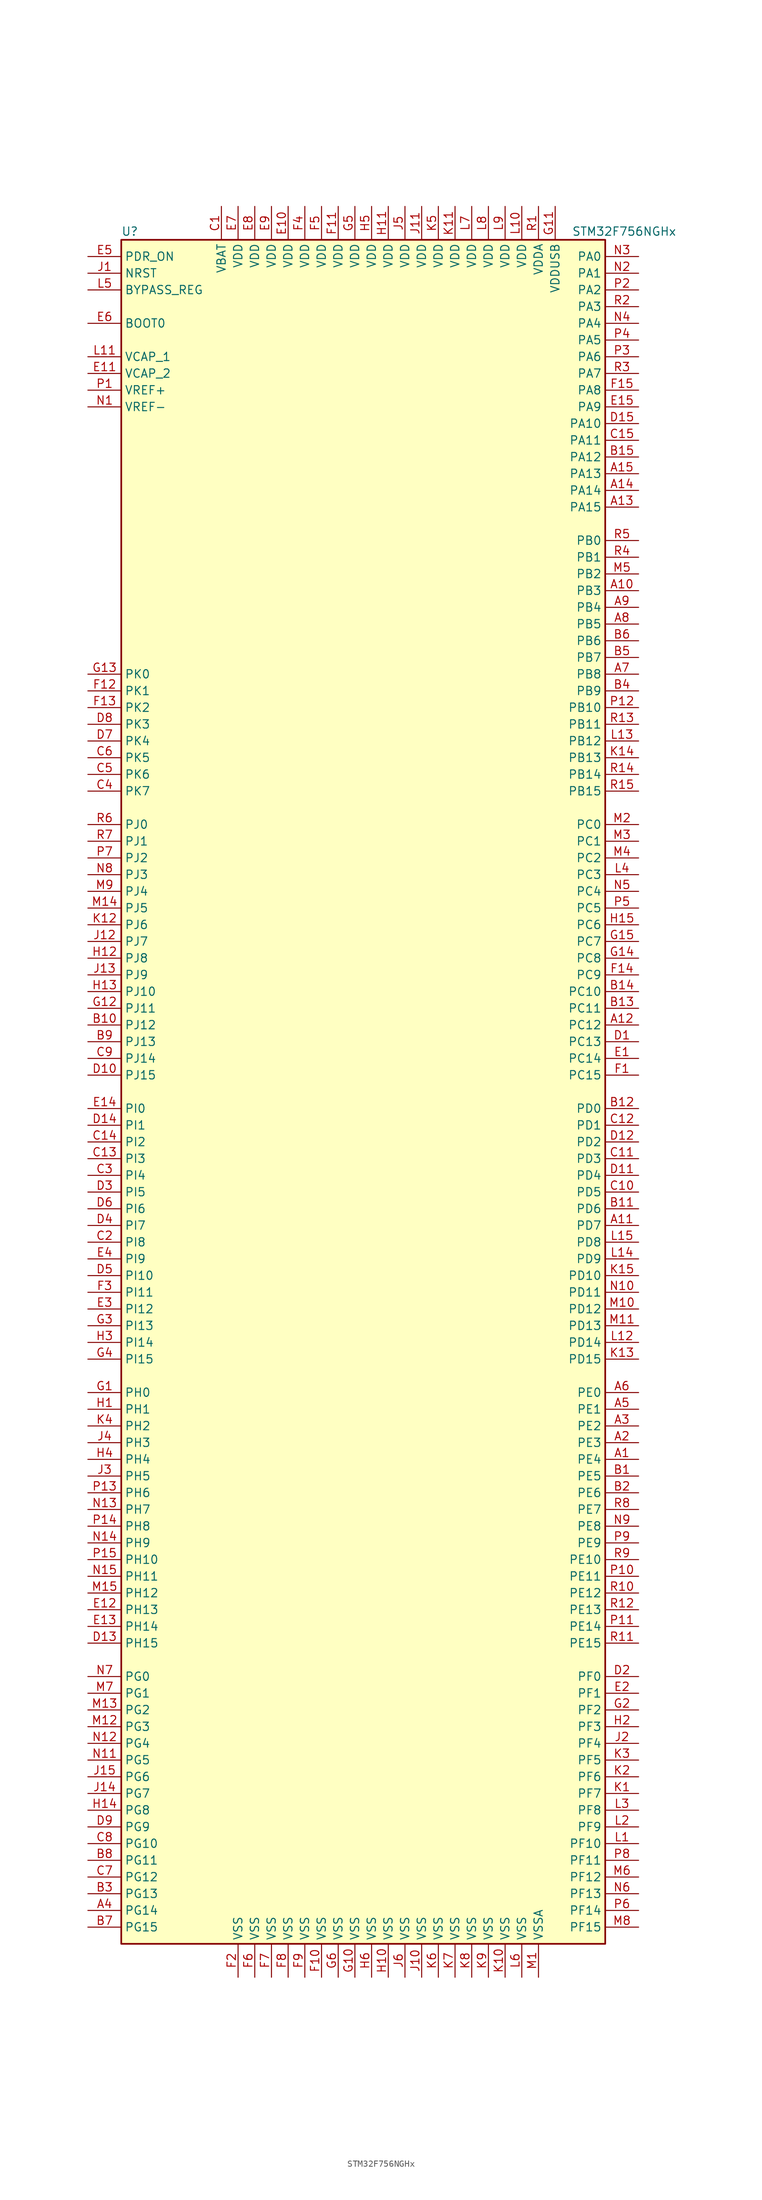
<source format=kicad_sym>
(kicad_symbol_lib
  (version 20201005)
  (generator kicad_symbol_editor)
  (symbol "STM32F756NGHx"
    (property "Reference" "U"
      (at -38.1 130.81 0)
      (effects (font (size 1.27 1.27)) (justify left)))
    (property "Value" "STM32F756NGHx"
      (at 30.48 130.81 0)
      (effects (font (size 1.27 1.27)) (justify left)))
    (symbol "STM32F756NGHx_0_1"
      (rectangle (start -38.1 -129.54) (end 35.56 129.54) (stroke (width 0.254)) (fill (type background))))
    (symbol "STM32F756NGHx_1_1"
      (pin bidirectional line (at 40.64 -55.88 180) (length 5.08) (name "PE4" (effects (font (size 1.27 1.27)))) (number "A1" (effects (font (size 1.27 1.27)))))
      (pin bidirectional line (at 40.64 76.2 180) (length 5.08) (name "PB3" (effects (font (size 1.27 1.27)))) (number "A10" (effects (font (size 1.27 1.27)))))
      (pin bidirectional line (at 40.64 -20.32 180) (length 5.08) (name "PD7" (effects (font (size 1.27 1.27)))) (number "A11" (effects (font (size 1.27 1.27)))))
      (pin bidirectional line (at 40.64 10.16 180) (length 5.08) (name "PC12" (effects (font (size 1.27 1.27)))) (number "A12" (effects (font (size 1.27 1.27)))))
      (pin bidirectional line (at 40.64 88.9 180) (length 5.08) (name "PA15" (effects (font (size 1.27 1.27)))) (number "A13" (effects (font (size 1.27 1.27)))))
      (pin bidirectional line (at 40.64 91.44 180) (length 5.08) (name "PA14" (effects (font (size 1.27 1.27)))) (number "A14" (effects (font (size 1.27 1.27)))))
      (pin bidirectional line (at 40.64 93.98 180) (length 5.08) (name "PA13" (effects (font (size 1.27 1.27)))) (number "A15" (effects (font (size 1.27 1.27)))))
      (pin bidirectional line (at 40.64 -53.34 180) (length 5.08) (name "PE3" (effects (font (size 1.27 1.27)))) (number "A2" (effects (font (size 1.27 1.27)))))
      (pin bidirectional line (at 40.64 -50.8 180) (length 5.08) (name "PE2" (effects (font (size 1.27 1.27)))) (number "A3" (effects (font (size 1.27 1.27)))))
      (pin bidirectional line (at -43.18 -124.46 0) (length 5.08) (name "PG14" (effects (font (size 1.27 1.27)))) (number "A4" (effects (font (size 1.27 1.27)))))
      (pin bidirectional line (at 40.64 -48.26 180) (length 5.08) (name "PE1" (effects (font (size 1.27 1.27)))) (number "A5" (effects (font (size 1.27 1.27)))))
      (pin bidirectional line (at 40.64 -45.72 180) (length 5.08) (name "PE0" (effects (font (size 1.27 1.27)))) (number "A6" (effects (font (size 1.27 1.27)))))
      (pin bidirectional line (at 40.64 63.5 180) (length 5.08) (name "PB8" (effects (font (size 1.27 1.27)))) (number "A7" (effects (font (size 1.27 1.27)))))
      (pin bidirectional line (at 40.64 71.12 180) (length 5.08) (name "PB5" (effects (font (size 1.27 1.27)))) (number "A8" (effects (font (size 1.27 1.27)))))
      (pin bidirectional line (at 40.64 73.66 180) (length 5.08) (name "PB4" (effects (font (size 1.27 1.27)))) (number "A9" (effects (font (size 1.27 1.27)))))
      (pin bidirectional line (at 40.64 -58.42 180) (length 5.08) (name "PE5" (effects (font (size 1.27 1.27)))) (number "B1" (effects (font (size 1.27 1.27)))))
      (pin bidirectional line (at -43.18 10.16 0) (length 5.08) (name "PJ12" (effects (font (size 1.27 1.27)))) (number "B10" (effects (font (size 1.27 1.27)))))
      (pin bidirectional line (at 40.64 -17.78 180) (length 5.08) (name "PD6" (effects (font (size 1.27 1.27)))) (number "B11" (effects (font (size 1.27 1.27)))))
      (pin bidirectional line (at 40.64 -2.54 180) (length 5.08) (name "PD0" (effects (font (size 1.27 1.27)))) (number "B12" (effects (font (size 1.27 1.27)))))
      (pin bidirectional line (at 40.64 12.7 180) (length 5.08) (name "PC11" (effects (font (size 1.27 1.27)))) (number "B13" (effects (font (size 1.27 1.27)))))
      (pin bidirectional line (at 40.64 15.24 180) (length 5.08) (name "PC10" (effects (font (size 1.27 1.27)))) (number "B14" (effects (font (size 1.27 1.27)))))
      (pin bidirectional line (at 40.64 96.52 180) (length 5.08) (name "PA12" (effects (font (size 1.27 1.27)))) (number "B15" (effects (font (size 1.27 1.27)))))
      (pin bidirectional line (at 40.64 -60.96 180) (length 5.08) (name "PE6" (effects (font (size 1.27 1.27)))) (number "B2" (effects (font (size 1.27 1.27)))))
      (pin bidirectional line (at -43.18 -121.92 0) (length 5.08) (name "PG13" (effects (font (size 1.27 1.27)))) (number "B3" (effects (font (size 1.27 1.27)))))
      (pin bidirectional line (at 40.64 60.96 180) (length 5.08) (name "PB9" (effects (font (size 1.27 1.27)))) (number "B4" (effects (font (size 1.27 1.27)))))
      (pin bidirectional line (at 40.64 66.04 180) (length 5.08) (name "PB7" (effects (font (size 1.27 1.27)))) (number "B5" (effects (font (size 1.27 1.27)))))
      (pin bidirectional line (at 40.64 68.58 180) (length 5.08) (name "PB6" (effects (font (size 1.27 1.27)))) (number "B6" (effects (font (size 1.27 1.27)))))
      (pin bidirectional line (at -43.18 -127 0) (length 5.08) (name "PG15" (effects (font (size 1.27 1.27)))) (number "B7" (effects (font (size 1.27 1.27)))))
      (pin bidirectional line (at -43.18 -116.84 0) (length 5.08) (name "PG11" (effects (font (size 1.27 1.27)))) (number "B8" (effects (font (size 1.27 1.27)))))
      (pin bidirectional line (at -43.18 7.62 0) (length 5.08) (name "PJ13" (effects (font (size 1.27 1.27)))) (number "B9" (effects (font (size 1.27 1.27)))))
      (pin power_in line (at -22.86 134.62 270) (length 5.08) (name "VBAT" (effects (font (size 1.27 1.27)))) (number "C1" (effects (font (size 1.27 1.27)))))
      (pin bidirectional line (at 40.64 -15.24 180) (length 5.08) (name "PD5" (effects (font (size 1.27 1.27)))) (number "C10" (effects (font (size 1.27 1.27)))))
      (pin bidirectional line (at 40.64 -10.16 180) (length 5.08) (name "PD3" (effects (font (size 1.27 1.27)))) (number "C11" (effects (font (size 1.27 1.27)))))
      (pin bidirectional line (at 40.64 -5.08 180) (length 5.08) (name "PD1" (effects (font (size 1.27 1.27)))) (number "C12" (effects (font (size 1.27 1.27)))))
      (pin bidirectional line (at -43.18 -10.16 0) (length 5.08) (name "PI3" (effects (font (size 1.27 1.27)))) (number "C13" (effects (font (size 1.27 1.27)))))
      (pin bidirectional line (at -43.18 -7.62 0) (length 5.08) (name "PI2" (effects (font (size 1.27 1.27)))) (number "C14" (effects (font (size 1.27 1.27)))))
      (pin bidirectional line (at 40.64 99.06 180) (length 5.08) (name "PA11" (effects (font (size 1.27 1.27)))) (number "C15" (effects (font (size 1.27 1.27)))))
      (pin bidirectional line (at -43.18 -22.86 0) (length 5.08) (name "PI8" (effects (font (size 1.27 1.27)))) (number "C2" (effects (font (size 1.27 1.27)))))
      (pin bidirectional line (at -43.18 -12.7 0) (length 5.08) (name "PI4" (effects (font (size 1.27 1.27)))) (number "C3" (effects (font (size 1.27 1.27)))))
      (pin bidirectional line (at -43.18 45.72 0) (length 5.08) (name "PK7" (effects (font (size 1.27 1.27)))) (number "C4" (effects (font (size 1.27 1.27)))))
      (pin bidirectional line (at -43.18 48.26 0) (length 5.08) (name "PK6" (effects (font (size 1.27 1.27)))) (number "C5" (effects (font (size 1.27 1.27)))))
      (pin bidirectional line (at -43.18 50.8 0) (length 5.08) (name "PK5" (effects (font (size 1.27 1.27)))) (number "C6" (effects (font (size 1.27 1.27)))))
      (pin bidirectional line (at -43.18 -119.38 0) (length 5.08) (name "PG12" (effects (font (size 1.27 1.27)))) (number "C7" (effects (font (size 1.27 1.27)))))
      (pin bidirectional line (at -43.18 -114.3 0) (length 5.08) (name "PG10" (effects (font (size 1.27 1.27)))) (number "C8" (effects (font (size 1.27 1.27)))))
      (pin bidirectional line (at -43.18 5.08 0) (length 5.08) (name "PJ14" (effects (font (size 1.27 1.27)))) (number "C9" (effects (font (size 1.27 1.27)))))
      (pin bidirectional line (at 40.64 7.62 180) (length 5.08) (name "PC13" (effects (font (size 1.27 1.27)))) (number "D1" (effects (font (size 1.27 1.27)))))
      (pin bidirectional line (at -43.18 2.54 0) (length 5.08) (name "PJ15" (effects (font (size 1.27 1.27)))) (number "D10" (effects (font (size 1.27 1.27)))))
      (pin bidirectional line (at 40.64 -12.7 180) (length 5.08) (name "PD4" (effects (font (size 1.27 1.27)))) (number "D11" (effects (font (size 1.27 1.27)))))
      (pin bidirectional line (at 40.64 -7.62 180) (length 5.08) (name "PD2" (effects (font (size 1.27 1.27)))) (number "D12" (effects (font (size 1.27 1.27)))))
      (pin bidirectional line (at -43.18 -83.82 0) (length 5.08) (name "PH15" (effects (font (size 1.27 1.27)))) (number "D13" (effects (font (size 1.27 1.27)))))
      (pin bidirectional line (at -43.18 -5.08 0) (length 5.08) (name "PI1" (effects (font (size 1.27 1.27)))) (number "D14" (effects (font (size 1.27 1.27)))))
      (pin bidirectional line (at 40.64 101.6 180) (length 5.08) (name "PA10" (effects (font (size 1.27 1.27)))) (number "D15" (effects (font (size 1.27 1.27)))))
      (pin bidirectional line (at 40.64 -88.9 180) (length 5.08) (name "PF0" (effects (font (size 1.27 1.27)))) (number "D2" (effects (font (size 1.27 1.27)))))
      (pin bidirectional line (at -43.18 -15.24 0) (length 5.08) (name "PI5" (effects (font (size 1.27 1.27)))) (number "D3" (effects (font (size 1.27 1.27)))))
      (pin bidirectional line (at -43.18 -20.32 0) (length 5.08) (name "PI7" (effects (font (size 1.27 1.27)))) (number "D4" (effects (font (size 1.27 1.27)))))
      (pin bidirectional line (at -43.18 -27.94 0) (length 5.08) (name "PI10" (effects (font (size 1.27 1.27)))) (number "D5" (effects (font (size 1.27 1.27)))))
      (pin bidirectional line (at -43.18 -17.78 0) (length 5.08) (name "PI6" (effects (font (size 1.27 1.27)))) (number "D6" (effects (font (size 1.27 1.27)))))
      (pin bidirectional line (at -43.18 53.34 0) (length 5.08) (name "PK4" (effects (font (size 1.27 1.27)))) (number "D7" (effects (font (size 1.27 1.27)))))
      (pin bidirectional line (at -43.18 55.88 0) (length 5.08) (name "PK3" (effects (font (size 1.27 1.27)))) (number "D8" (effects (font (size 1.27 1.27)))))
      (pin bidirectional line (at -43.18 -111.76 0) (length 5.08) (name "PG9" (effects (font (size 1.27 1.27)))) (number "D9" (effects (font (size 1.27 1.27)))))
      (pin bidirectional line (at 40.64 5.08 180) (length 5.08) (name "PC14" (effects (font (size 1.27 1.27)))) (number "E1" (effects (font (size 1.27 1.27)))))
      (pin power_in line (at -12.7 134.62 270) (length 5.08) (name "VDD" (effects (font (size 1.27 1.27)))) (number "E10" (effects (font (size 1.27 1.27)))))
      (pin power_in line (at -43.18 109.22 0) (length 5.08) (name "VCAP_2" (effects (font (size 1.27 1.27)))) (number "E11" (effects (font (size 1.27 1.27)))))
      (pin bidirectional line (at -43.18 -78.74 0) (length 5.08) (name "PH13" (effects (font (size 1.27 1.27)))) (number "E12" (effects (font (size 1.27 1.27)))))
      (pin bidirectional line (at -43.18 -81.28 0) (length 5.08) (name "PH14" (effects (font (size 1.27 1.27)))) (number "E13" (effects (font (size 1.27 1.27)))))
      (pin bidirectional line (at -43.18 -2.54 0) (length 5.08) (name "PI0" (effects (font (size 1.27 1.27)))) (number "E14" (effects (font (size 1.27 1.27)))))
      (pin bidirectional line (at 40.64 104.14 180) (length 5.08) (name "PA9" (effects (font (size 1.27 1.27)))) (number "E15" (effects (font (size 1.27 1.27)))))
      (pin bidirectional line (at 40.64 -91.44 180) (length 5.08) (name "PF1" (effects (font (size 1.27 1.27)))) (number "E2" (effects (font (size 1.27 1.27)))))
      (pin bidirectional line (at -43.18 -33.02 0) (length 5.08) (name "PI12" (effects (font (size 1.27 1.27)))) (number "E3" (effects (font (size 1.27 1.27)))))
      (pin bidirectional line (at -43.18 -25.4 0) (length 5.08) (name "PI9" (effects (font (size 1.27 1.27)))) (number "E4" (effects (font (size 1.27 1.27)))))
      (pin input line (at -43.18 127 0) (length 5.08) (name "PDR_ON" (effects (font (size 1.27 1.27)))) (number "E5" (effects (font (size 1.27 1.27)))))
      (pin input line (at -43.18 116.84 0) (length 5.08) (name "BOOT0" (effects (font (size 1.27 1.27)))) (number "E6" (effects (font (size 1.27 1.27)))))
      (pin power_in line (at -20.32 134.62 270) (length 5.08) (name "VDD" (effects (font (size 1.27 1.27)))) (number "E7" (effects (font (size 1.27 1.27)))))
      (pin power_in line (at -17.78 134.62 270) (length 5.08) (name "VDD" (effects (font (size 1.27 1.27)))) (number "E8" (effects (font (size 1.27 1.27)))))
      (pin power_in line (at -15.24 134.62 270) (length 5.08) (name "VDD" (effects (font (size 1.27 1.27)))) (number "E9" (effects (font (size 1.27 1.27)))))
      (pin bidirectional line (at 40.64 2.54 180) (length 5.08) (name "PC15" (effects (font (size 1.27 1.27)))) (number "F1" (effects (font (size 1.27 1.27)))))
      (pin power_in line (at -7.62 -134.62 90) (length 5.08) (name "VSS" (effects (font (size 1.27 1.27)))) (number "F10" (effects (font (size 1.27 1.27)))))
      (pin power_in line (at -5.08 134.62 270) (length 5.08) (name "VDD" (effects (font (size 1.27 1.27)))) (number "F11" (effects (font (size 1.27 1.27)))))
      (pin bidirectional line (at -43.18 60.96 0) (length 5.08) (name "PK1" (effects (font (size 1.27 1.27)))) (number "F12" (effects (font (size 1.27 1.27)))))
      (pin bidirectional line (at -43.18 58.42 0) (length 5.08) (name "PK2" (effects (font (size 1.27 1.27)))) (number "F13" (effects (font (size 1.27 1.27)))))
      (pin bidirectional line (at 40.64 17.78 180) (length 5.08) (name "PC9" (effects (font (size 1.27 1.27)))) (number "F14" (effects (font (size 1.27 1.27)))))
      (pin bidirectional line (at 40.64 106.68 180) (length 5.08) (name "PA8" (effects (font (size 1.27 1.27)))) (number "F15" (effects (font (size 1.27 1.27)))))
      (pin power_in line (at -20.32 -134.62 90) (length 5.08) (name "VSS" (effects (font (size 1.27 1.27)))) (number "F2" (effects (font (size 1.27 1.27)))))
      (pin bidirectional line (at -43.18 -30.48 0) (length 5.08) (name "PI11" (effects (font (size 1.27 1.27)))) (number "F3" (effects (font (size 1.27 1.27)))))
      (pin power_in line (at -10.16 134.62 270) (length 5.08) (name "VDD" (effects (font (size 1.27 1.27)))) (number "F4" (effects (font (size 1.27 1.27)))))
      (pin power_in line (at -7.62 134.62 270) (length 5.08) (name "VDD" (effects (font (size 1.27 1.27)))) (number "F5" (effects (font (size 1.27 1.27)))))
      (pin power_in line (at -17.78 -134.62 90) (length 5.08) (name "VSS" (effects (font (size 1.27 1.27)))) (number "F6" (effects (font (size 1.27 1.27)))))
      (pin power_in line (at -15.24 -134.62 90) (length 5.08) (name "VSS" (effects (font (size 1.27 1.27)))) (number "F7" (effects (font (size 1.27 1.27)))))
      (pin power_in line (at -12.7 -134.62 90) (length 5.08) (name "VSS" (effects (font (size 1.27 1.27)))) (number "F8" (effects (font (size 1.27 1.27)))))
      (pin power_in line (at -10.16 -134.62 90) (length 5.08) (name "VSS" (effects (font (size 1.27 1.27)))) (number "F9" (effects (font (size 1.27 1.27)))))
      (pin input line (at -43.18 -45.72 0) (length 5.08) (name "PH0" (effects (font (size 1.27 1.27)))) (number "G1" (effects (font (size 1.27 1.27)))))
      (pin power_in line (at -2.54 -134.62 90) (length 5.08) (name "VSS" (effects (font (size 1.27 1.27)))) (number "G10" (effects (font (size 1.27 1.27)))))
      (pin power_in line (at 27.94 134.62 270) (length 5.08) (name "VDDUSB" (effects (font (size 1.27 1.27)))) (number "G11" (effects (font (size 1.27 1.27)))))
      (pin bidirectional line (at -43.18 12.7 0) (length 5.08) (name "PJ11" (effects (font (size 1.27 1.27)))) (number "G12" (effects (font (size 1.27 1.27)))))
      (pin bidirectional line (at -43.18 63.5 0) (length 5.08) (name "PK0" (effects (font (size 1.27 1.27)))) (number "G13" (effects (font (size 1.27 1.27)))))
      (pin bidirectional line (at 40.64 20.32 180) (length 5.08) (name "PC8" (effects (font (size 1.27 1.27)))) (number "G14" (effects (font (size 1.27 1.27)))))
      (pin bidirectional line (at 40.64 22.86 180) (length 5.08) (name "PC7" (effects (font (size 1.27 1.27)))) (number "G15" (effects (font (size 1.27 1.27)))))
      (pin bidirectional line (at 40.64 -93.98 180) (length 5.08) (name "PF2" (effects (font (size 1.27 1.27)))) (number "G2" (effects (font (size 1.27 1.27)))))
      (pin bidirectional line (at -43.18 -35.56 0) (length 5.08) (name "PI13" (effects (font (size 1.27 1.27)))) (number "G3" (effects (font (size 1.27 1.27)))))
      (pin bidirectional line (at -43.18 -40.64 0) (length 5.08) (name "PI15" (effects (font (size 1.27 1.27)))) (number "G4" (effects (font (size 1.27 1.27)))))
      (pin power_in line (at -2.54 134.62 270) (length 5.08) (name "VDD" (effects (font (size 1.27 1.27)))) (number "G5" (effects (font (size 1.27 1.27)))))
      (pin power_in line (at -5.08 -134.62 90) (length 5.08) (name "VSS" (effects (font (size 1.27 1.27)))) (number "G6" (effects (font (size 1.27 1.27)))))
      (pin input line (at -43.18 -48.26 0) (length 5.08) (name "PH1" (effects (font (size 1.27 1.27)))) (number "H1" (effects (font (size 1.27 1.27)))))
      (pin power_in line (at 2.54 -134.62 90) (length 5.08) (name "VSS" (effects (font (size 1.27 1.27)))) (number "H10" (effects (font (size 1.27 1.27)))))
      (pin power_in line (at 2.54 134.62 270) (length 5.08) (name "VDD" (effects (font (size 1.27 1.27)))) (number "H11" (effects (font (size 1.27 1.27)))))
      (pin bidirectional line (at -43.18 20.32 0) (length 5.08) (name "PJ8" (effects (font (size 1.27 1.27)))) (number "H12" (effects (font (size 1.27 1.27)))))
      (pin bidirectional line (at -43.18 15.24 0) (length 5.08) (name "PJ10" (effects (font (size 1.27 1.27)))) (number "H13" (effects (font (size 1.27 1.27)))))
      (pin bidirectional line (at -43.18 -109.22 0) (length 5.08) (name "PG8" (effects (font (size 1.27 1.27)))) (number "H14" (effects (font (size 1.27 1.27)))))
      (pin bidirectional line (at 40.64 25.4 180) (length 5.08) (name "PC6" (effects (font (size 1.27 1.27)))) (number "H15" (effects (font (size 1.27 1.27)))))
      (pin bidirectional line (at 40.64 -96.52 180) (length 5.08) (name "PF3" (effects (font (size 1.27 1.27)))) (number "H2" (effects (font (size 1.27 1.27)))))
      (pin bidirectional line (at -43.18 -38.1 0) (length 5.08) (name "PI14" (effects (font (size 1.27 1.27)))) (number "H3" (effects (font (size 1.27 1.27)))))
      (pin bidirectional line (at -43.18 -55.88 0) (length 5.08) (name "PH4" (effects (font (size 1.27 1.27)))) (number "H4" (effects (font (size 1.27 1.27)))))
      (pin power_in line (at 0 134.62 270) (length 5.08) (name "VDD" (effects (font (size 1.27 1.27)))) (number "H5" (effects (font (size 1.27 1.27)))))
      (pin power_in line (at 0 -134.62 90) (length 5.08) (name "VSS" (effects (font (size 1.27 1.27)))) (number "H6" (effects (font (size 1.27 1.27)))))
      (pin input line (at -43.18 124.46 0) (length 5.08) (name "NRST" (effects (font (size 1.27 1.27)))) (number "J1" (effects (font (size 1.27 1.27)))))
      (pin power_in line (at 7.62 -134.62 90) (length 5.08) (name "VSS" (effects (font (size 1.27 1.27)))) (number "J10" (effects (font (size 1.27 1.27)))))
      (pin power_in line (at 7.62 134.62 270) (length 5.08) (name "VDD" (effects (font (size 1.27 1.27)))) (number "J11" (effects (font (size 1.27 1.27)))))
      (pin bidirectional line (at -43.18 22.86 0) (length 5.08) (name "PJ7" (effects (font (size 1.27 1.27)))) (number "J12" (effects (font (size 1.27 1.27)))))
      (pin bidirectional line (at -43.18 17.78 0) (length 5.08) (name "PJ9" (effects (font (size 1.27 1.27)))) (number "J13" (effects (font (size 1.27 1.27)))))
      (pin bidirectional line (at -43.18 -106.68 0) (length 5.08) (name "PG7" (effects (font (size 1.27 1.27)))) (number "J14" (effects (font (size 1.27 1.27)))))
      (pin bidirectional line (at -43.18 -104.14 0) (length 5.08) (name "PG6" (effects (font (size 1.27 1.27)))) (number "J15" (effects (font (size 1.27 1.27)))))
      (pin bidirectional line (at 40.64 -99.06 180) (length 5.08) (name "PF4" (effects (font (size 1.27 1.27)))) (number "J2" (effects (font (size 1.27 1.27)))))
      (pin bidirectional line (at -43.18 -58.42 0) (length 5.08) (name "PH5" (effects (font (size 1.27 1.27)))) (number "J3" (effects (font (size 1.27 1.27)))))
      (pin bidirectional line (at -43.18 -53.34 0) (length 5.08) (name "PH3" (effects (font (size 1.27 1.27)))) (number "J4" (effects (font (size 1.27 1.27)))))
      (pin power_in line (at 5.08 134.62 270) (length 5.08) (name "VDD" (effects (font (size 1.27 1.27)))) (number "J5" (effects (font (size 1.27 1.27)))))
      (pin power_in line (at 5.08 -134.62 90) (length 5.08) (name "VSS" (effects (font (size 1.27 1.27)))) (number "J6" (effects (font (size 1.27 1.27)))))
      (pin bidirectional line (at 40.64 -106.68 180) (length 5.08) (name "PF7" (effects (font (size 1.27 1.27)))) (number "K1" (effects (font (size 1.27 1.27)))))
      (pin power_in line (at 20.32 -134.62 90) (length 5.08) (name "VSS" (effects (font (size 1.27 1.27)))) (number "K10" (effects (font (size 1.27 1.27)))))
      (pin power_in line (at 12.7 134.62 270) (length 5.08) (name "VDD" (effects (font (size 1.27 1.27)))) (number "K11" (effects (font (size 1.27 1.27)))))
      (pin bidirectional line (at -43.18 25.4 0) (length 5.08) (name "PJ6" (effects (font (size 1.27 1.27)))) (number "K12" (effects (font (size 1.27 1.27)))))
      (pin bidirectional line (at 40.64 -40.64 180) (length 5.08) (name "PD15" (effects (font (size 1.27 1.27)))) (number "K13" (effects (font (size 1.27 1.27)))))
      (pin bidirectional line (at 40.64 50.8 180) (length 5.08) (name "PB13" (effects (font (size 1.27 1.27)))) (number "K14" (effects (font (size 1.27 1.27)))))
      (pin bidirectional line (at 40.64 -27.94 180) (length 5.08) (name "PD10" (effects (font (size 1.27 1.27)))) (number "K15" (effects (font (size 1.27 1.27)))))
      (pin bidirectional line (at 40.64 -104.14 180) (length 5.08) (name "PF6" (effects (font (size 1.27 1.27)))) (number "K2" (effects (font (size 1.27 1.27)))))
      (pin bidirectional line (at 40.64 -101.6 180) (length 5.08) (name "PF5" (effects (font (size 1.27 1.27)))) (number "K3" (effects (font (size 1.27 1.27)))))
      (pin bidirectional line (at -43.18 -50.8 0) (length 5.08) (name "PH2" (effects (font (size 1.27 1.27)))) (number "K4" (effects (font (size 1.27 1.27)))))
      (pin power_in line (at 10.16 134.62 270) (length 5.08) (name "VDD" (effects (font (size 1.27 1.27)))) (number "K5" (effects (font (size 1.27 1.27)))))
      (pin power_in line (at 10.16 -134.62 90) (length 5.08) (name "VSS" (effects (font (size 1.27 1.27)))) (number "K6" (effects (font (size 1.27 1.27)))))
      (pin power_in line (at 12.7 -134.62 90) (length 5.08) (name "VSS" (effects (font (size 1.27 1.27)))) (number "K7" (effects (font (size 1.27 1.27)))))
      (pin power_in line (at 15.24 -134.62 90) (length 5.08) (name "VSS" (effects (font (size 1.27 1.27)))) (number "K8" (effects (font (size 1.27 1.27)))))
      (pin power_in line (at 17.78 -134.62 90) (length 5.08) (name "VSS" (effects (font (size 1.27 1.27)))) (number "K9" (effects (font (size 1.27 1.27)))))
      (pin bidirectional line (at 40.64 -114.3 180) (length 5.08) (name "PF10" (effects (font (size 1.27 1.27)))) (number "L1" (effects (font (size 1.27 1.27)))))
      (pin power_in line (at 22.86 134.62 270) (length 5.08) (name "VDD" (effects (font (size 1.27 1.27)))) (number "L10" (effects (font (size 1.27 1.27)))))
      (pin power_in line (at -43.18 111.76 0) (length 5.08) (name "VCAP_1" (effects (font (size 1.27 1.27)))) (number "L11" (effects (font (size 1.27 1.27)))))
      (pin bidirectional line (at 40.64 -38.1 180) (length 5.08) (name "PD14" (effects (font (size 1.27 1.27)))) (number "L12" (effects (font (size 1.27 1.27)))))
      (pin bidirectional line (at 40.64 53.34 180) (length 5.08) (name "PB12" (effects (font (size 1.27 1.27)))) (number "L13" (effects (font (size 1.27 1.27)))))
      (pin bidirectional line (at 40.64 -25.4 180) (length 5.08) (name "PD9" (effects (font (size 1.27 1.27)))) (number "L14" (effects (font (size 1.27 1.27)))))
      (pin bidirectional line (at 40.64 -22.86 180) (length 5.08) (name "PD8" (effects (font (size 1.27 1.27)))) (number "L15" (effects (font (size 1.27 1.27)))))
      (pin bidirectional line (at 40.64 -111.76 180) (length 5.08) (name "PF9" (effects (font (size 1.27 1.27)))) (number "L2" (effects (font (size 1.27 1.27)))))
      (pin bidirectional line (at 40.64 -109.22 180) (length 5.08) (name "PF8" (effects (font (size 1.27 1.27)))) (number "L3" (effects (font (size 1.27 1.27)))))
      (pin bidirectional line (at 40.64 33.02 180) (length 5.08) (name "PC3" (effects (font (size 1.27 1.27)))) (number "L4" (effects (font (size 1.27 1.27)))))
      (pin input line (at -43.18 121.92 0) (length 5.08) (name "BYPASS_REG" (effects (font (size 1.27 1.27)))) (number "L5" (effects (font (size 1.27 1.27)))))
      (pin power_in line (at 22.86 -134.62 90) (length 5.08) (name "VSS" (effects (font (size 1.27 1.27)))) (number "L6" (effects (font (size 1.27 1.27)))))
      (pin power_in line (at 15.24 134.62 270) (length 5.08) (name "VDD" (effects (font (size 1.27 1.27)))) (number "L7" (effects (font (size 1.27 1.27)))))
      (pin power_in line (at 17.78 134.62 270) (length 5.08) (name "VDD" (effects (font (size 1.27 1.27)))) (number "L8" (effects (font (size 1.27 1.27)))))
      (pin power_in line (at 20.32 134.62 270) (length 5.08) (name "VDD" (effects (font (size 1.27 1.27)))) (number "L9" (effects (font (size 1.27 1.27)))))
      (pin power_in line (at 25.4 -134.62 90) (length 5.08) (name "VSSA" (effects (font (size 1.27 1.27)))) (number "M1" (effects (font (size 1.27 1.27)))))
      (pin bidirectional line (at 40.64 -33.02 180) (length 5.08) (name "PD12" (effects (font (size 1.27 1.27)))) (number "M10" (effects (font (size 1.27 1.27)))))
      (pin bidirectional line (at 40.64 -35.56 180) (length 5.08) (name "PD13" (effects (font (size 1.27 1.27)))) (number "M11" (effects (font (size 1.27 1.27)))))
      (pin bidirectional line (at -43.18 -96.52 0) (length 5.08) (name "PG3" (effects (font (size 1.27 1.27)))) (number "M12" (effects (font (size 1.27 1.27)))))
      (pin bidirectional line (at -43.18 -93.98 0) (length 5.08) (name "PG2" (effects (font (size 1.27 1.27)))) (number "M13" (effects (font (size 1.27 1.27)))))
      (pin bidirectional line (at -43.18 27.94 0) (length 5.08) (name "PJ5" (effects (font (size 1.27 1.27)))) (number "M14" (effects (font (size 1.27 1.27)))))
      (pin bidirectional line (at -43.18 -76.2 0) (length 5.08) (name "PH12" (effects (font (size 1.27 1.27)))) (number "M15" (effects (font (size 1.27 1.27)))))
      (pin bidirectional line (at 40.64 40.64 180) (length 5.08) (name "PC0" (effects (font (size 1.27 1.27)))) (number "M2" (effects (font (size 1.27 1.27)))))
      (pin bidirectional line (at 40.64 38.1 180) (length 5.08) (name "PC1" (effects (font (size 1.27 1.27)))) (number "M3" (effects (font (size 1.27 1.27)))))
      (pin bidirectional line (at 40.64 35.56 180) (length 5.08) (name "PC2" (effects (font (size 1.27 1.27)))) (number "M4" (effects (font (size 1.27 1.27)))))
      (pin bidirectional line (at 40.64 78.74 180) (length 5.08) (name "PB2" (effects (font (size 1.27 1.27)))) (number "M5" (effects (font (size 1.27 1.27)))))
      (pin bidirectional line (at 40.64 -119.38 180) (length 5.08) (name "PF12" (effects (font (size 1.27 1.27)))) (number "M6" (effects (font (size 1.27 1.27)))))
      (pin bidirectional line (at -43.18 -91.44 0) (length 5.08) (name "PG1" (effects (font (size 1.27 1.27)))) (number "M7" (effects (font (size 1.27 1.27)))))
      (pin bidirectional line (at 40.64 -127 180) (length 5.08) (name "PF15" (effects (font (size 1.27 1.27)))) (number "M8" (effects (font (size 1.27 1.27)))))
      (pin bidirectional line (at -43.18 30.48 0) (length 5.08) (name "PJ4" (effects (font (size 1.27 1.27)))) (number "M9" (effects (font (size 1.27 1.27)))))
      (pin power_in line (at -43.18 104.14 0) (length 5.08) (name "VREF-" (effects (font (size 1.27 1.27)))) (number "N1" (effects (font (size 1.27 1.27)))))
      (pin bidirectional line (at 40.64 -30.48 180) (length 5.08) (name "PD11" (effects (font (size 1.27 1.27)))) (number "N10" (effects (font (size 1.27 1.27)))))
      (pin bidirectional line (at -43.18 -101.6 0) (length 5.08) (name "PG5" (effects (font (size 1.27 1.27)))) (number "N11" (effects (font (size 1.27 1.27)))))
      (pin bidirectional line (at -43.18 -99.06 0) (length 5.08) (name "PG4" (effects (font (size 1.27 1.27)))) (number "N12" (effects (font (size 1.27 1.27)))))
      (pin bidirectional line (at -43.18 -63.5 0) (length 5.08) (name "PH7" (effects (font (size 1.27 1.27)))) (number "N13" (effects (font (size 1.27 1.27)))))
      (pin bidirectional line (at -43.18 -68.58 0) (length 5.08) (name "PH9" (effects (font (size 1.27 1.27)))) (number "N14" (effects (font (size 1.27 1.27)))))
      (pin bidirectional line (at -43.18 -73.66 0) (length 5.08) (name "PH11" (effects (font (size 1.27 1.27)))) (number "N15" (effects (font (size 1.27 1.27)))))
      (pin bidirectional line (at 40.64 124.46 180) (length 5.08) (name "PA1" (effects (font (size 1.27 1.27)))) (number "N2" (effects (font (size 1.27 1.27)))))
      (pin bidirectional line (at 40.64 127 180) (length 5.08) (name "PA0" (effects (font (size 1.27 1.27)))) (number "N3" (effects (font (size 1.27 1.27)))))
      (pin bidirectional line (at 40.64 116.84 180) (length 5.08) (name "PA4" (effects (font (size 1.27 1.27)))) (number "N4" (effects (font (size 1.27 1.27)))))
      (pin bidirectional line (at 40.64 30.48 180) (length 5.08) (name "PC4" (effects (font (size 1.27 1.27)))) (number "N5" (effects (font (size 1.27 1.27)))))
      (pin bidirectional line (at 40.64 -121.92 180) (length 5.08) (name "PF13" (effects (font (size 1.27 1.27)))) (number "N6" (effects (font (size 1.27 1.27)))))
      (pin bidirectional line (at -43.18 -88.9 0) (length 5.08) (name "PG0" (effects (font (size 1.27 1.27)))) (number "N7" (effects (font (size 1.27 1.27)))))
      (pin bidirectional line (at -43.18 33.02 0) (length 5.08) (name "PJ3" (effects (font (size 1.27 1.27)))) (number "N8" (effects (font (size 1.27 1.27)))))
      (pin bidirectional line (at 40.64 -66.04 180) (length 5.08) (name "PE8" (effects (font (size 1.27 1.27)))) (number "N9" (effects (font (size 1.27 1.27)))))
      (pin power_in line (at -43.18 106.68 0) (length 5.08) (name "VREF+" (effects (font (size 1.27 1.27)))) (number "P1" (effects (font (size 1.27 1.27)))))
      (pin bidirectional line (at 40.64 -73.66 180) (length 5.08) (name "PE11" (effects (font (size 1.27 1.27)))) (number "P10" (effects (font (size 1.27 1.27)))))
      (pin bidirectional line (at 40.64 -81.28 180) (length 5.08) (name "PE14" (effects (font (size 1.27 1.27)))) (number "P11" (effects (font (size 1.27 1.27)))))
      (pin bidirectional line (at 40.64 58.42 180) (length 5.08) (name "PB10" (effects (font (size 1.27 1.27)))) (number "P12" (effects (font (size 1.27 1.27)))))
      (pin bidirectional line (at -43.18 -60.96 0) (length 5.08) (name "PH6" (effects (font (size 1.27 1.27)))) (number "P13" (effects (font (size 1.27 1.27)))))
      (pin bidirectional line (at -43.18 -66.04 0) (length 5.08) (name "PH8" (effects (font (size 1.27 1.27)))) (number "P14" (effects (font (size 1.27 1.27)))))
      (pin bidirectional line (at -43.18 -71.12 0) (length 5.08) (name "PH10" (effects (font (size 1.27 1.27)))) (number "P15" (effects (font (size 1.27 1.27)))))
      (pin bidirectional line (at 40.64 121.92 180) (length 5.08) (name "PA2" (effects (font (size 1.27 1.27)))) (number "P2" (effects (font (size 1.27 1.27)))))
      (pin bidirectional line (at 40.64 111.76 180) (length 5.08) (name "PA6" (effects (font (size 1.27 1.27)))) (number "P3" (effects (font (size 1.27 1.27)))))
      (pin bidirectional line (at 40.64 114.3 180) (length 5.08) (name "PA5" (effects (font (size 1.27 1.27)))) (number "P4" (effects (font (size 1.27 1.27)))))
      (pin bidirectional line (at 40.64 27.94 180) (length 5.08) (name "PC5" (effects (font (size 1.27 1.27)))) (number "P5" (effects (font (size 1.27 1.27)))))
      (pin bidirectional line (at 40.64 -124.46 180) (length 5.08) (name "PF14" (effects (font (size 1.27 1.27)))) (number "P6" (effects (font (size 1.27 1.27)))))
      (pin bidirectional line (at -43.18 35.56 0) (length 5.08) (name "PJ2" (effects (font (size 1.27 1.27)))) (number "P7" (effects (font (size 1.27 1.27)))))
      (pin bidirectional line (at 40.64 -116.84 180) (length 5.08) (name "PF11" (effects (font (size 1.27 1.27)))) (number "P8" (effects (font (size 1.27 1.27)))))
      (pin bidirectional line (at 40.64 -68.58 180) (length 5.08) (name "PE9" (effects (font (size 1.27 1.27)))) (number "P9" (effects (font (size 1.27 1.27)))))
      (pin power_in line (at 25.4 134.62 270) (length 5.08) (name "VDDA" (effects (font (size 1.27 1.27)))) (number "R1" (effects (font (size 1.27 1.27)))))
      (pin bidirectional line (at 40.64 -76.2 180) (length 5.08) (name "PE12" (effects (font (size 1.27 1.27)))) (number "R10" (effects (font (size 1.27 1.27)))))
      (pin bidirectional line (at 40.64 -83.82 180) (length 5.08) (name "PE15" (effects (font (size 1.27 1.27)))) (number "R11" (effects (font (size 1.27 1.27)))))
      (pin bidirectional line (at 40.64 -78.74 180) (length 5.08) (name "PE13" (effects (font (size 1.27 1.27)))) (number "R12" (effects (font (size 1.27 1.27)))))
      (pin bidirectional line (at 40.64 55.88 180) (length 5.08) (name "PB11" (effects (font (size 1.27 1.27)))) (number "R13" (effects (font (size 1.27 1.27)))))
      (pin bidirectional line (at 40.64 48.26 180) (length 5.08) (name "PB14" (effects (font (size 1.27 1.27)))) (number "R14" (effects (font (size 1.27 1.27)))))
      (pin bidirectional line (at 40.64 45.72 180) (length 5.08) (name "PB15" (effects (font (size 1.27 1.27)))) (number "R15" (effects (font (size 1.27 1.27)))))
      (pin bidirectional line (at 40.64 119.38 180) (length 5.08) (name "PA3" (effects (font (size 1.27 1.27)))) (number "R2" (effects (font (size 1.27 1.27)))))
      (pin bidirectional line (at 40.64 109.22 180) (length 5.08) (name "PA7" (effects (font (size 1.27 1.27)))) (number "R3" (effects (font (size 1.27 1.27)))))
      (pin bidirectional line (at 40.64 81.28 180) (length 5.08) (name "PB1" (effects (font (size 1.27 1.27)))) (number "R4" (effects (font (size 1.27 1.27)))))
      (pin bidirectional line (at 40.64 83.82 180) (length 5.08) (name "PB0" (effects (font (size 1.27 1.27)))) (number "R5" (effects (font (size 1.27 1.27)))))
      (pin bidirectional line (at -43.18 40.64 0) (length 5.08) (name "PJ0" (effects (font (size 1.27 1.27)))) (number "R6" (effects (font (size 1.27 1.27)))))
      (pin bidirectional line (at -43.18 38.1 0) (length 5.08) (name "PJ1" (effects (font (size 1.27 1.27)))) (number "R7" (effects (font (size 1.27 1.27)))))
      (pin bidirectional line (at 40.64 -63.5 180) (length 5.08) (name "PE7" (effects (font (size 1.27 1.27)))) (number "R8" (effects (font (size 1.27 1.27)))))
      (pin bidirectional line (at 40.64 -71.12 180) (length 5.08) (name "PE10" (effects (font (size 1.27 1.27)))) (number "R9" (effects (font (size 1.27 1.27))))))))
</source>
